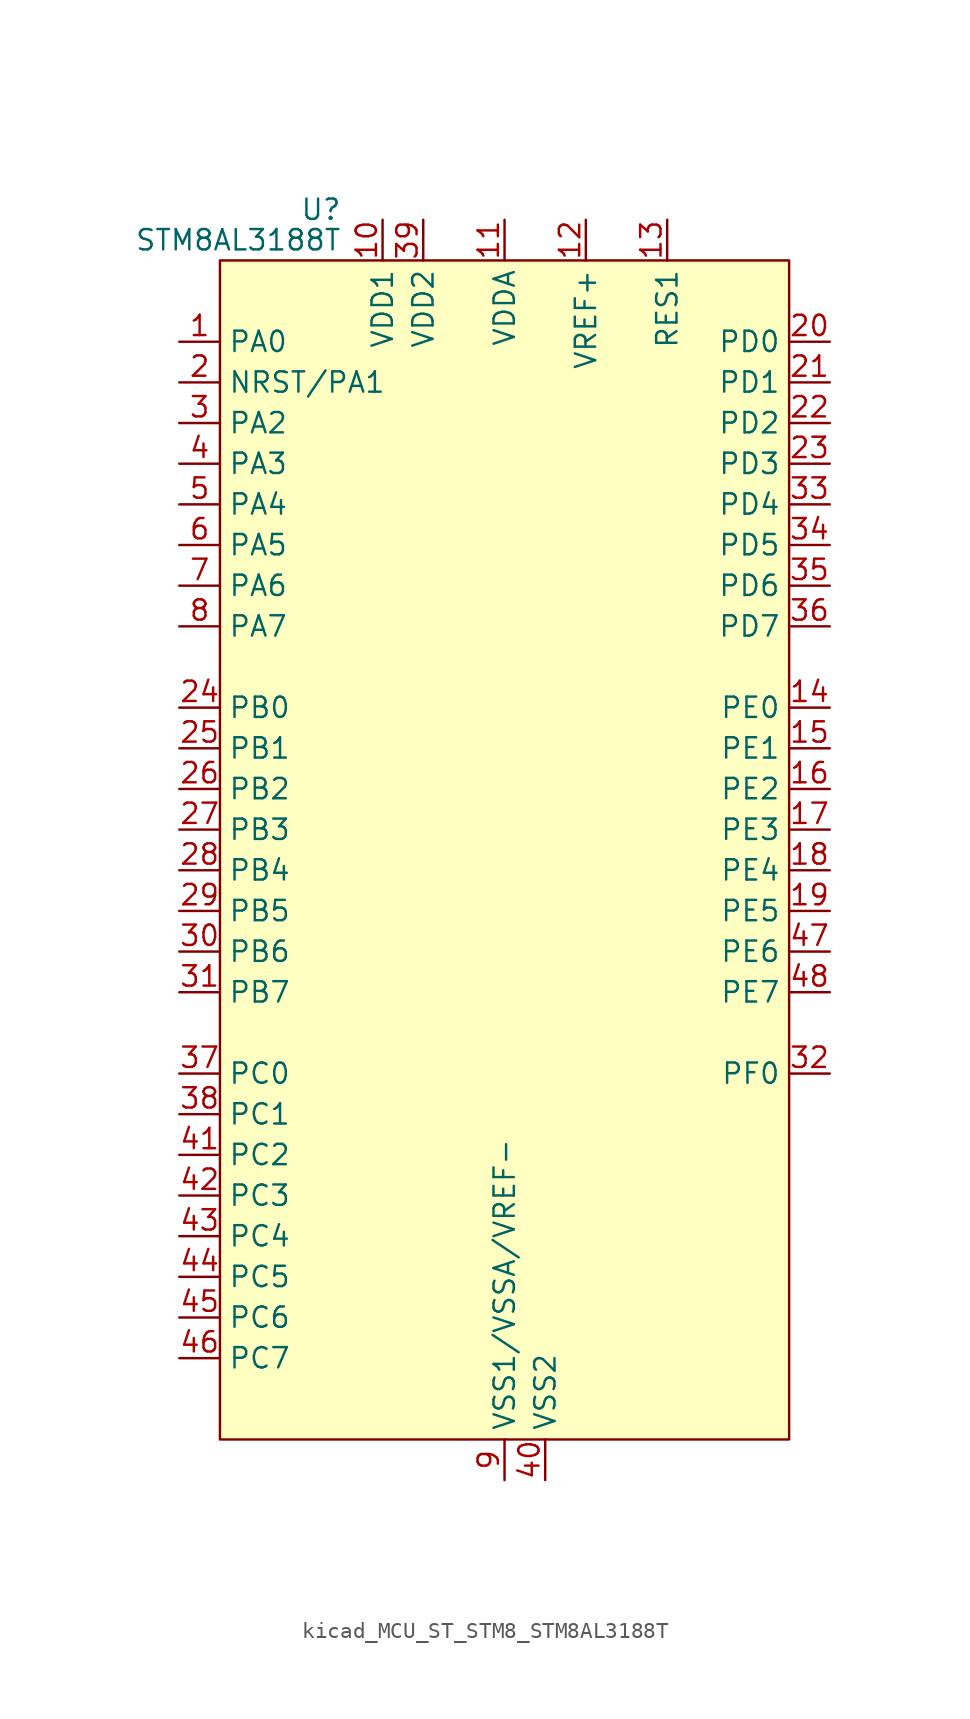
<source format=kicad_sym>
(kicad_symbol_lib
  (version 20220914)
  (generator kicad_symbol_editor)
  (symbol "kicad_MCU_ST_STM8_STM8AL3188T"
    (property "Reference" "U"
      (at -10.16 38.735 0)
      (effects (font (size 1.27 1.27)) (justify right)))
    (property "Value" "STM8AL3188T"
      (at -10.16 36.83 0)
      (effects (font (size 1.27 1.27)) (justify right)))
    (symbol "kicad_MCU_ST_STM8_STM8AL3188T_0_0"
      (pin bidirectional line (at -20.32 30.48 0) (length 2.54) (name "PA0" (effects (font (size 1.27 1.27)))) (number "1" (effects (font (size 1.27 1.27)))))
      (pin power_in line (at -7.62 38.1 270) (length 2.54) (name "VDD1" (effects (font (size 1.27 1.27)))) (number "10" (effects (font (size 1.27 1.27)))))
      (pin power_in line (at 0 38.1 270) (length 2.54) (name "VDDA" (effects (font (size 1.27 1.27)))) (number "11" (effects (font (size 1.27 1.27)))))
      (pin power_in line (at 5.08 38.1 270) (length 2.54) (name "VREF+" (effects (font (size 1.27 1.27)))) (number "12" (effects (font (size 1.27 1.27)))))
      (pin power_in line (at 10.16 38.1 270) (length 2.54) (name "RES1" (effects (font (size 1.27 1.27)))) (number "13" (effects (font (size 1.27 1.27)))))
      (pin bidirectional line (at 20.32 7.62 180) (length 2.54) (name "PE0" (effects (font (size 1.27 1.27)))) (number "14" (effects (font (size 1.27 1.27)))))
      (pin bidirectional line (at 20.32 5.08 180) (length 2.54) (name "PE1" (effects (font (size 1.27 1.27)))) (number "15" (effects (font (size 1.27 1.27)))))
      (pin bidirectional line (at 20.32 2.54 180) (length 2.54) (name "PE2" (effects (font (size 1.27 1.27)))) (number "16" (effects (font (size 1.27 1.27)))))
      (pin bidirectional line (at 20.32 0 180) (length 2.54) (name "PE3" (effects (font (size 1.27 1.27)))) (number "17" (effects (font (size 1.27 1.27)))))
      (pin bidirectional line (at 20.32 -2.54 180) (length 2.54) (name "PE4" (effects (font (size 1.27 1.27)))) (number "18" (effects (font (size 1.27 1.27)))))
      (pin bidirectional line (at 20.32 -5.08 180) (length 2.54) (name "PE5" (effects (font (size 1.27 1.27)))) (number "19" (effects (font (size 1.27 1.27)))))
      (pin bidirectional line (at -20.32 27.94 0) (length 2.54) (name "NRST/PA1" (effects (font (size 1.27 1.27)))) (number "2" (effects (font (size 1.27 1.27)))))
      (pin bidirectional line (at 20.32 30.48 180) (length 2.54) (name "PD0" (effects (font (size 1.27 1.27)))) (number "20" (effects (font (size 1.27 1.27)))))
      (pin bidirectional line (at 20.32 27.94 180) (length 2.54) (name "PD1" (effects (font (size 1.27 1.27)))) (number "21" (effects (font (size 1.27 1.27)))))
      (pin bidirectional line (at 20.32 25.4 180) (length 2.54) (name "PD2" (effects (font (size 1.27 1.27)))) (number "22" (effects (font (size 1.27 1.27)))))
      (pin bidirectional line (at 20.32 22.86 180) (length 2.54) (name "PD3" (effects (font (size 1.27 1.27)))) (number "23" (effects (font (size 1.27 1.27)))))
      (pin bidirectional line (at -20.32 7.62 0) (length 2.54) (name "PB0" (effects (font (size 1.27 1.27)))) (number "24" (effects (font (size 1.27 1.27)))))
      (pin bidirectional line (at -20.32 5.08 0) (length 2.54) (name "PB1" (effects (font (size 1.27 1.27)))) (number "25" (effects (font (size 1.27 1.27)))))
      (pin bidirectional line (at -20.32 2.54 0) (length 2.54) (name "PB2" (effects (font (size 1.27 1.27)))) (number "26" (effects (font (size 1.27 1.27)))))
      (pin bidirectional line (at -20.32 0 0) (length 2.54) (name "PB3" (effects (font (size 1.27 1.27)))) (number "27" (effects (font (size 1.27 1.27)))))
      (pin bidirectional line (at -20.32 -2.54 0) (length 2.54) (name "PB4" (effects (font (size 1.27 1.27)))) (number "28" (effects (font (size 1.27 1.27)))))
      (pin bidirectional line (at -20.32 -5.08 0) (length 2.54) (name "PB5" (effects (font (size 1.27 1.27)))) (number "29" (effects (font (size 1.27 1.27)))))
      (pin bidirectional line (at -20.32 25.4 0) (length 2.54) (name "PA2" (effects (font (size 1.27 1.27)))) (number "3" (effects (font (size 1.27 1.27)))))
      (pin bidirectional line (at -20.32 -7.62 0) (length 2.54) (name "PB6" (effects (font (size 1.27 1.27)))) (number "30" (effects (font (size 1.27 1.27)))))
      (pin bidirectional line (at -20.32 -10.16 0) (length 2.54) (name "PB7" (effects (font (size 1.27 1.27)))) (number "31" (effects (font (size 1.27 1.27)))))
      (pin bidirectional line (at 20.32 -15.24 180) (length 2.54) (name "PF0" (effects (font (size 1.27 1.27)))) (number "32" (effects (font (size 1.27 1.27)))))
      (pin bidirectional line (at 20.32 20.32 180) (length 2.54) (name "PD4" (effects (font (size 1.27 1.27)))) (number "33" (effects (font (size 1.27 1.27)))))
      (pin bidirectional line (at 20.32 17.78 180) (length 2.54) (name "PD5" (effects (font (size 1.27 1.27)))) (number "34" (effects (font (size 1.27 1.27)))))
      (pin bidirectional line (at 20.32 15.24 180) (length 2.54) (name "PD6" (effects (font (size 1.27 1.27)))) (number "35" (effects (font (size 1.27 1.27)))))
      (pin bidirectional line (at 20.32 12.7 180) (length 2.54) (name "PD7" (effects (font (size 1.27 1.27)))) (number "36" (effects (font (size 1.27 1.27)))))
      (pin bidirectional line (at -20.32 -15.24 0) (length 2.54) (name "PC0" (effects (font (size 1.27 1.27)))) (number "37" (effects (font (size 1.27 1.27)))))
      (pin bidirectional line (at -20.32 -17.78 0) (length 2.54) (name "PC1" (effects (font (size 1.27 1.27)))) (number "38" (effects (font (size 1.27 1.27)))))
      (pin power_in line (at -5.08 38.1 270) (length 2.54) (name "VDD2" (effects (font (size 1.27 1.27)))) (number "39" (effects (font (size 1.27 1.27)))))
      (pin bidirectional line (at -20.32 22.86 0) (length 2.54) (name "PA3" (effects (font (size 1.27 1.27)))) (number "4" (effects (font (size 1.27 1.27)))))
      (pin power_in line (at 2.54 -40.64 90) (length 2.54) (name "VSS2" (effects (font (size 1.27 1.27)))) (number "40" (effects (font (size 1.27 1.27)))))
      (pin bidirectional line (at -20.32 -20.32 0) (length 2.54) (name "PC2" (effects (font (size 1.27 1.27)))) (number "41" (effects (font (size 1.27 1.27)))))
      (pin bidirectional line (at -20.32 -22.86 0) (length 2.54) (name "PC3" (effects (font (size 1.27 1.27)))) (number "42" (effects (font (size 1.27 1.27)))))
      (pin bidirectional line (at -20.32 -25.4 0) (length 2.54) (name "PC4" (effects (font (size 1.27 1.27)))) (number "43" (effects (font (size 1.27 1.27)))))
      (pin bidirectional line (at -20.32 -27.94 0) (length 2.54) (name "PC5" (effects (font (size 1.27 1.27)))) (number "44" (effects (font (size 1.27 1.27)))))
      (pin bidirectional line (at -20.32 -30.48 0) (length 2.54) (name "PC6" (effects (font (size 1.27 1.27)))) (number "45" (effects (font (size 1.27 1.27)))))
      (pin bidirectional line (at -20.32 -33.02 0) (length 2.54) (name "PC7" (effects (font (size 1.27 1.27)))) (number "46" (effects (font (size 1.27 1.27)))))
      (pin bidirectional line (at 20.32 -7.62 180) (length 2.54) (name "PE6" (effects (font (size 1.27 1.27)))) (number "47" (effects (font (size 1.27 1.27)))))
      (pin bidirectional line (at 20.32 -10.16 180) (length 2.54) (name "PE7" (effects (font (size 1.27 1.27)))) (number "48" (effects (font (size 1.27 1.27)))))
      (pin bidirectional line (at -20.32 20.32 0) (length 2.54) (name "PA4" (effects (font (size 1.27 1.27)))) (number "5" (effects (font (size 1.27 1.27)))))
      (pin bidirectional line (at -20.32 17.78 0) (length 2.54) (name "PA5" (effects (font (size 1.27 1.27)))) (number "6" (effects (font (size 1.27 1.27)))))
      (pin bidirectional line (at -20.32 15.24 0) (length 2.54) (name "PA6" (effects (font (size 1.27 1.27)))) (number "7" (effects (font (size 1.27 1.27)))))
      (pin bidirectional line (at -20.32 12.7 0) (length 2.54) (name "PA7" (effects (font (size 1.27 1.27)))) (number "8" (effects (font (size 1.27 1.27)))))
      (pin power_in line (at 0 -40.64 90) (length 2.54) (name "VSS1/VSSA/VREF-" (effects (font (size 1.27 1.27)))) (number "9" (effects (font (size 1.27 1.27))))))
    (symbol "kicad_MCU_ST_STM8_STM8AL3188T_0_1"
      (rectangle (start -17.78 35.56) (end 17.78 -38.1) (stroke (width 0) (type default)) (fill (type background))))))
</source>
